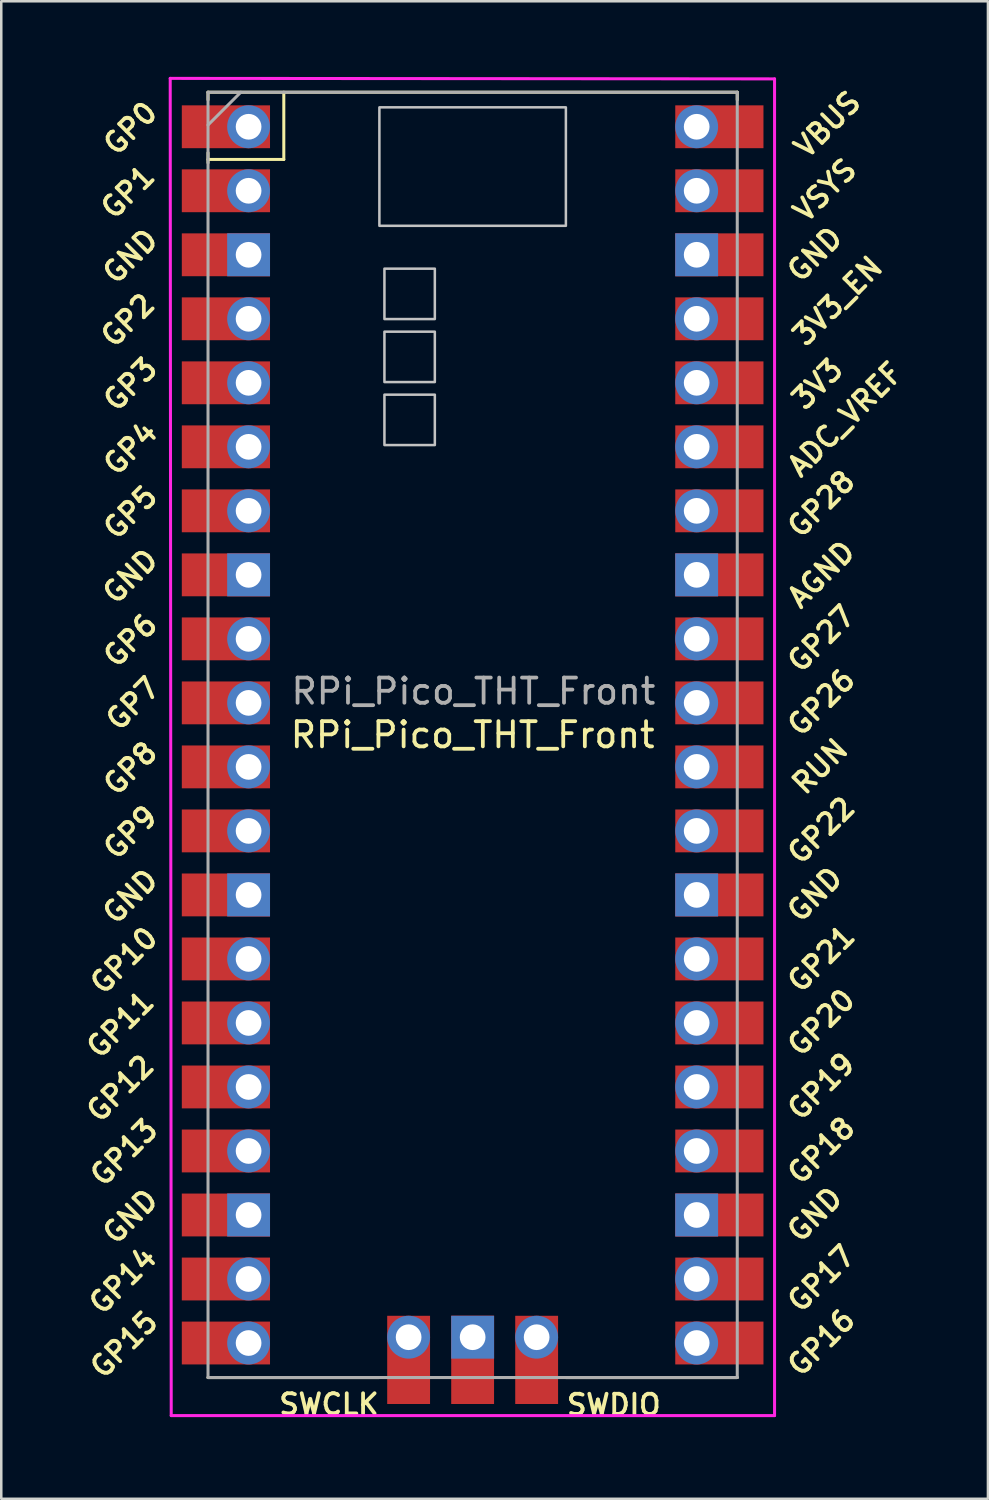
<source format=kicad_pcb>
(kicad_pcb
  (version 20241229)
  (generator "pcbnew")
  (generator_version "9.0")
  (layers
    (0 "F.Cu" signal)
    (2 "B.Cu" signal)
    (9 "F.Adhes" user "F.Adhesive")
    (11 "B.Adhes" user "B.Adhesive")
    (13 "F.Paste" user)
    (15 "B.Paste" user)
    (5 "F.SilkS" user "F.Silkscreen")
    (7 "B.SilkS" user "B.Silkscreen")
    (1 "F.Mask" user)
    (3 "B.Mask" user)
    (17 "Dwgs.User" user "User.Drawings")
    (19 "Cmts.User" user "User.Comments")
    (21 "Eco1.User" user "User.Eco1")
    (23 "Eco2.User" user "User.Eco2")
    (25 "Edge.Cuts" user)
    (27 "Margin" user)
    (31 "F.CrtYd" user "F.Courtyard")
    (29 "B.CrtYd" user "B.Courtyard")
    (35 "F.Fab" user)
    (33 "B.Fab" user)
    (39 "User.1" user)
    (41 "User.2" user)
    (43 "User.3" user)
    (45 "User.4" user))
  (footprint "RPi_Pico_THT_Front"
    (layer "F.Cu")
    (at 15.704 26.11)
    (property "Reference" "RPi_Pico_THT_Front" (at 0 0 0) (layer "F.SilkS") (effects (font (size 1 1) (thickness 0.15))))
    (attr through_hole)
    (fp_line (start -10.5 -25.5) (end -10.5 -25.2) (stroke (width 0.12) (type solid)) (layer "F.SilkS"))
    (fp_line (start -10.5 -25.5) (end 10.5 -25.5) (stroke (width 0.12) (type solid)) (layer "F.SilkS"))
    (fp_line (start -10.5 -23.1) (end -10.5 -22.7) (stroke (width 0.12) (type solid)) (layer "F.SilkS"))
    (fp_line (start -10.5 -22.833) (end -7.493 -22.833) (stroke (width 0.12) (type solid)) (layer "F.SilkS"))
    (fp_line (start -7.493 -22.833) (end -7.493 -25.5) (stroke (width 0.12) (type solid)) (layer "F.SilkS"))
    (fp_line (start -3.7 25.5) (end -10.5 25.5) (stroke (width 0.12) (type solid)) (layer "F.SilkS"))
    (fp_line (start 10.5 -25.5) (end 10.5 -25.2) (stroke (width 0.12) (type solid)) (layer "F.SilkS"))
    (fp_line (start 10.5 25.5) (end 3.7 25.5) (stroke (width 0.12) (type solid)) (layer "F.SilkS"))
    (fp_poly (pts (xy -1.5 -16.5) (xy -3.5 -16.5) (xy -3.5 -18.5) (xy -1.5 -18.5)) (stroke (width 0.1) (type solid)) (fill no) (layer "Dwgs.User"))
    (fp_poly (pts (xy -1.5 -14) (xy -3.5 -14) (xy -3.5 -16) (xy -1.5 -16)) (stroke (width 0.1) (type solid)) (fill no) (layer "Dwgs.User"))
    (fp_poly (pts (xy -1.5 -11.5) (xy -3.5 -11.5) (xy -3.5 -13.5) (xy -1.5 -13.5)) (stroke (width 0.1) (type solid)) (fill no) (layer "Dwgs.User"))
    (fp_poly (pts (xy 3.7 -20.2) (xy -3.7 -20.2) (xy -3.7 -24.9) (xy 3.7 -24.9)) (stroke (width 0.1) (type solid)) (fill no) (layer "Dwgs.User"))
    (fp_line (start -12 -26.05) (end 11.98 -26.03) (stroke (width 0.12) (type solid)) (layer "F.CrtYd"))
    (fp_line (start -11.96 27.01) (end -12 -26.05) (stroke (width 0.12) (type solid)) (layer "F.CrtYd"))
    (fp_line (start 11.98 -26.03) (end 11.98 27.01) (stroke (width 0.12) (type solid)) (layer "F.CrtYd"))
    (fp_line (start 11.98 27.01) (end -11.96 27.01) (stroke (width 0.12) (type solid)) (layer "F.CrtYd"))
    (fp_line (start -10.5 -25.5) (end 10.5 -25.5) (stroke (width 0.12) (type solid)) (layer "F.Fab"))
    (fp_line (start -10.5 -24.2) (end -9.2 -25.5) (stroke (width 0.12) (type solid)) (layer "F.Fab"))
    (fp_line (start -10.5 25.5) (end -10.5 -25.5) (stroke (width 0.12) (type solid)) (layer "F.Fab"))
    (fp_line (start 10.5 -25.5) (end 10.5 25.5) (stroke (width 0.12) (type solid)) (layer "F.Fab"))
    (fp_line (start 10.5 25.5) (end -10.5 25.5) (stroke (width 0.12) (type solid)) (layer "F.Fab"))
    (fp_text user "VSYS" (at 13.98 -21.61 45) (layer "F.SilkS") (effects (font (size 0.8 0.8) (thickness 0.15))))
    (fp_text user "GND" (at -13.58 -6.29 45) (layer "F.SilkS") (effects (font (size 0.8 0.8) (thickness 0.15))))
    (fp_text user "GND" (at -13.58 19.11 45) (layer "F.SilkS") (effects (font (size 0.8 0.8) (thickness 0.15))))
    (fp_text user "SWDIO" (at 5.6 26.58 0) (layer "F.SilkS") (effects (font (size 0.8 0.8) (thickness 0.15))))
    (fp_text user "GND" (at 13.58 19.03 45) (layer "F.SilkS") (effects (font (size 0.8 0.8) (thickness 0.15))))
    (fp_text user "GP1" (at -13.68 -21.54 45) (layer "F.SilkS") (effects (font (size 0.8 0.8) (thickness 0.15))))
    (fp_text user "GP16" (at 13.834 24.11 45) (layer "F.SilkS") (effects (font (size 0.8 0.8) (thickness 0.15))))
    (fp_text user "GND" (at 13.58 6.33 45) (layer "F.SilkS") (effects (font (size 0.8 0.8) (thickness 0.15))))
    (fp_text user "GP18" (at 13.834 16.49 45) (layer "F.SilkS") (effects (font (size 0.8 0.8) (thickness 0.15))))
    (fp_text user "GP15" (at -13.834 24.19 45) (layer "F.SilkS") (effects (font (size 0.8 0.8) (thickness 0.15))))
    (fp_text user "GP4" (at -13.58 -11.37 45) (layer "F.SilkS") (effects (font (size 0.8 0.8) (thickness 0.15))))
    (fp_text user "GP28" (at 13.834 -9.164 45) (layer "F.SilkS") (effects (font (size 0.8 0.8) (thickness 0.15))))
    (fp_text user "RUN" (at 13.78 1.25 45) (layer "F.SilkS") (effects (font (size 0.8 0.8) (thickness 0.15))))
    (fp_text user "GP11" (at -13.98 11.49 45) (layer "F.SilkS") (effects (font (size 0.8 0.8) (thickness 0.15))))
    (fp_text user "GP3" (at -13.58 -13.91 45) (layer "F.SilkS") (effects (font (size 0.8 0.8) (thickness 0.15))))
    (fp_text user "GP17" (at 13.834 21.57 45) (layer "F.SilkS") (effects (font (size 0.8 0.8) (thickness 0.15))))
    (fp_text user "GP20" (at 13.834 11.41 45) (layer "F.SilkS") (effects (font (size 0.8 0.8) (thickness 0.15))))
    (fp_text user "GP14" (at -13.88 21.65 45) (layer "F.SilkS") (effects (font (size 0.8 0.8) (thickness 0.15))))
    (fp_text user "GND" (at -13.58 -18.99 45) (layer "F.SilkS") (effects (font (size 0.8 0.8) (thickness 0.15))))
    (fp_text user "VBUS" (at 14.08 -24.22 45) (layer "F.SilkS") (effects (font (size 0.8 0.8) (thickness 0.15))))
    (fp_text user "GP27" (at 13.834 -3.82 45) (layer "F.SilkS") (effects (font (size 0.8 0.8) (thickness 0.15))))
    (fp_text user "3V3_EN" (at 14.48 -17.22 45) (layer "F.SilkS") (effects (font (size 0.8 0.8) (thickness 0.15))))
    (fp_text user "GP12" (at -13.98 14.03 45) (layer "F.SilkS") (effects (font (size 0.8 0.8) (thickness 0.15))))
    (fp_text user "GND" (at 13.58 -19.07 45) (layer "F.SilkS") (effects (font (size 0.8 0.8) (thickness 0.15))))
    (fp_text user "ADC_VREF" (at 14.78 -12.52 45) (layer "F.SilkS") (effects (font (size 0.8 0.8) (thickness 0.15))))
    (fp_text user "GP26" (at 13.834 -1.29 45) (layer "F.SilkS") (effects (font (size 0.8 0.8) (thickness 0.15))))
    (fp_text user "GP5" (at -13.58 -8.83 45) (layer "F.SilkS") (effects (font (size 0.8 0.8) (thickness 0.15))))
    (fp_text user "GND" (at -13.58 6.41 45) (layer "F.SilkS") (effects (font (size 0.8 0.8) (thickness 0.15))))
    (fp_text user "GP21" (at 13.834 8.88 45) (layer "F.SilkS") (effects (font (size 0.8 0.8) (thickness 0.15))))
    (fp_text user "3V3" (at 13.68 -13.92 45) (layer "F.SilkS") (effects (font (size 0.8 0.8) (thickness 0.15))))
    (fp_text user "GP22" (at 13.834 3.79 45) (layer "F.SilkS") (effects (font (size 0.8 0.8) (thickness 0.15))))
    (fp_text user "GP7" (at -13.48 -1.24 45) (layer "F.SilkS") (effects (font (size 0.8 0.8) (thickness 0.15))))
    (fp_text user "GP6" (at -13.58 -3.75 45) (layer "F.SilkS") (effects (font (size 0.8 0.8) (thickness 0.15))))
    (fp_text user "GP10" (at -13.834 8.95 45) (layer "F.SilkS") (effects (font (size 0.8 0.8) (thickness 0.15))))
    (fp_text user "SWCLK" (at -5.7 26.56 0) (layer "F.SilkS") (effects (font (size 0.8 0.8) (thickness 0.15))))
    (fp_text user "GP0" (at -13.58 -24.07 45) (layer "F.SilkS") (effects (font (size 0.8 0.8) (thickness 0.15))))
    (fp_text user "GP19" (at 13.834 13.95 45) (layer "F.SilkS") (effects (font (size 0.8 0.8) (thickness 0.15))))
    (fp_text user "GP8" (at -13.58 1.33 45) (layer "F.SilkS") (effects (font (size 0.8 0.8) (thickness 0.15))))
    (fp_text user "GP2" (at -13.68 -16.45 45) (layer "F.SilkS") (effects (font (size 0.8 0.8) (thickness 0.15))))
    (fp_text user "GP13" (at -13.834 16.57 45) (layer "F.SilkS") (effects (font (size 0.8 0.8) (thickness 0.15))))
    (fp_text user "GP9" (at -13.58 3.87 45) (layer "F.SilkS") (effects (font (size 0.8 0.8) (thickness 0.15))))
    (fp_text user "AGND" (at 13.834 -6.37 45) (layer "F.SilkS") (effects (font (size 0.8 0.8) (thickness 0.15))))
    (fp_text user "${REFERENCE}" (at 0.03 -1.73 180) (layer "F.Fab") (effects (font (size 1 1) (thickness 0.15))))
    (pad "1" thru_hole oval (at -8.89 -24.13) (size 1.7 1.7) (drill 1.02) (layers "*.Cu" "*.Mask"))
    (pad "1" smd rect (at -8.89 -24.13) (size 3.5 1.7) (drill (offset -0.9 0)) (layers "F.Cu" "F.Mask"))
    (pad "2" thru_hole oval (at -8.89 -21.59) (size 1.7 1.7) (drill 1.02) (layers "*.Cu" "*.Mask"))
    (pad "2" smd rect (at -8.89 -21.59) (size 3.5 1.7) (drill (offset -0.9 0)) (layers "F.Cu" "F.Mask"))
    (pad "3" thru_hole rect (at -8.89 -19.05) (size 1.7 1.7) (drill 1.02) (layers "*.Cu" "*.Mask"))
    (pad "3" smd rect (at -8.89 -19.05) (size 3.5 1.7) (drill (offset -0.9 0)) (layers "F.Cu" "F.Mask"))
    (pad "4" thru_hole oval (at -8.89 -16.51) (size 1.7 1.7) (drill 1.02) (layers "*.Cu" "*.Mask"))
    (pad "4" smd rect (at -8.89 -16.51) (size 3.5 1.7) (drill (offset -0.9 0)) (layers "F.Cu" "F.Mask"))
    (pad "5" thru_hole oval (at -8.89 -13.97) (size 1.7 1.7) (drill 1.02) (layers "*.Cu" "*.Mask"))
    (pad "5" smd rect (at -8.89 -13.97) (size 3.5 1.7) (drill (offset -0.9 0)) (layers "F.Cu" "F.Mask"))
    (pad "6" thru_hole oval (at -8.89 -11.43) (size 1.7 1.7) (drill 1.02) (layers "*.Cu" "*.Mask"))
    (pad "6" smd rect (at -8.89 -11.43) (size 3.5 1.7) (drill (offset -0.9 0)) (layers "F.Cu" "F.Mask"))
    (pad "7" thru_hole oval (at -8.89 -8.89) (size 1.7 1.7) (drill 1.02) (layers "*.Cu" "*.Mask"))
    (pad "7" smd rect (at -8.89 -8.89) (size 3.5 1.7) (drill (offset -0.9 0)) (layers "F.Cu" "F.Mask"))
    (pad "8" thru_hole rect (at -8.89 -6.35) (size 1.7 1.7) (drill 1.02) (layers "*.Cu" "*.Mask"))
    (pad "8" smd rect (at -8.89 -6.35) (size 3.5 1.7) (drill (offset -0.9 0)) (layers "F.Cu" "F.Mask"))
    (pad "9" thru_hole oval (at -8.89 -3.81) (size 1.7 1.7) (drill 1.02) (layers "*.Cu" "*.Mask"))
    (pad "9" smd rect (at -8.89 -3.81) (size 3.5 1.7) (drill (offset -0.9 0)) (layers "F.Cu" "F.Mask"))
    (pad "10" thru_hole oval (at -8.89 -1.27) (size 1.7 1.7) (drill 1.02) (layers "*.Cu" "*.Mask"))
    (pad "10" smd rect (at -8.89 -1.27) (size 3.5 1.7) (drill (offset -0.9 0)) (layers "F.Cu" "F.Mask"))
    (pad "11" thru_hole oval (at -8.89 1.27) (size 1.7 1.7) (drill 1.02) (layers "*.Cu" "*.Mask"))
    (pad "11" smd rect (at -8.89 1.27) (size 3.5 1.7) (drill (offset -0.9 0)) (layers "F.Cu" "F.Mask"))
    (pad "12" thru_hole oval (at -8.89 3.81) (size 1.7 1.7) (drill 1.02) (layers "*.Cu" "*.Mask"))
    (pad "12" smd rect (at -8.89 3.81) (size 3.5 1.7) (drill (offset -0.9 0)) (layers "F.Cu" "F.Mask"))
    (pad "13" thru_hole rect (at -8.89 6.35) (size 1.7 1.7) (drill 1.02) (layers "*.Cu" "*.Mask"))
    (pad "13" smd rect (at -8.89 6.35) (size 3.5 1.7) (drill (offset -0.9 0)) (layers "F.Cu" "F.Mask"))
    (pad "14" thru_hole oval (at -8.89 8.89) (size 1.7 1.7) (drill 1.02) (layers "*.Cu" "*.Mask"))
    (pad "14" smd rect (at -8.89 8.89) (size 3.5 1.7) (drill (offset -0.9 0)) (layers "F.Cu" "F.Mask"))
    (pad "15" thru_hole oval (at -8.89 11.43) (size 1.7 1.7) (drill 1.02) (layers "*.Cu" "*.Mask"))
    (pad "15" smd rect (at -8.89 11.43) (size 3.5 1.7) (drill (offset -0.9 0)) (layers "F.Cu" "F.Mask"))
    (pad "16" thru_hole oval (at -8.89 13.97) (size 1.7 1.7) (drill 1.02) (layers "*.Cu" "*.Mask"))
    (pad "16" smd rect (at -8.89 13.97) (size 3.5 1.7) (drill (offset -0.9 0)) (layers "F.Cu" "F.Mask"))
    (pad "17" thru_hole oval (at -8.89 16.51) (size 1.7 1.7) (drill 1.02) (layers "*.Cu" "*.Mask"))
    (pad "17" smd rect (at -8.89 16.51) (size 3.5 1.7) (drill (offset -0.9 0)) (layers "F.Cu" "F.Mask"))
    (pad "18" thru_hole rect (at -8.89 19.05) (size 1.7 1.7) (drill 1.02) (layers "*.Cu" "*.Mask"))
    (pad "18" smd rect (at -8.89 19.05) (size 3.5 1.7) (drill (offset -0.9 0)) (layers "F.Cu" "F.Mask"))
    (pad "19" thru_hole oval (at -8.89 21.59) (size 1.7 1.7) (drill 1.02) (layers "*.Cu" "*.Mask"))
    (pad "19" smd rect (at -8.89 21.59) (size 3.5 1.7) (drill (offset -0.9 0)) (layers "F.Cu" "F.Mask"))
    (pad "20" thru_hole oval (at -8.89 24.13) (size 1.7 1.7) (drill 1.02) (layers "*.Cu" "*.Mask"))
    (pad "20" smd rect (at -8.89 24.13) (size 3.5 1.7) (drill (offset -0.9 0)) (layers "F.Cu" "F.Mask"))
    (pad "21" thru_hole oval (at 8.89 24.13) (size 1.7 1.7) (drill 1.02) (layers "*.Cu" "*.Mask"))
    (pad "21" smd rect (at 8.89 24.13) (size 3.5 1.7) (drill (offset 0.9 0)) (layers "F.Cu" "F.Mask"))
    (pad "22" thru_hole oval (at 8.89 21.59) (size 1.7 1.7) (drill 1.02) (layers "*.Cu" "*.Mask"))
    (pad "22" smd rect (at 8.89 21.59) (size 3.5 1.7) (drill (offset 0.9 0)) (layers "F.Cu" "F.Mask"))
    (pad "23" thru_hole rect (at 8.89 19.05) (size 1.7 1.7) (drill 1.02) (layers "*.Cu" "*.Mask"))
    (pad "23" smd rect (at 8.89 19.05) (size 3.5 1.7) (drill (offset 0.9 0)) (layers "F.Cu" "F.Mask"))
    (pad "24" thru_hole oval (at 8.89 16.51) (size 1.7 1.7) (drill 1.02) (layers "*.Cu" "*.Mask"))
    (pad "24" smd rect (at 8.89 16.51) (size 3.5 1.7) (drill (offset 0.9 0)) (layers "F.Cu" "F.Mask"))
    (pad "25" thru_hole oval (at 8.89 13.97) (size 1.7 1.7) (drill 1.02) (layers "*.Cu" "*.Mask"))
    (pad "25" smd rect (at 8.89 13.97) (size 3.5 1.7) (drill (offset 0.9 0)) (layers "F.Cu" "F.Mask"))
    (pad "26" thru_hole oval (at 8.89 11.43) (size 1.7 1.7) (drill 1.02) (layers "*.Cu" "*.Mask"))
    (pad "26" smd rect (at 8.89 11.43) (size 3.5 1.7) (drill (offset 0.9 0)) (layers "F.Cu" "F.Mask"))
    (pad "27" thru_hole oval (at 8.89 8.89) (size 1.7 1.7) (drill 1.02) (layers "*.Cu" "*.Mask"))
    (pad "27" smd rect (at 8.89 8.89) (size 3.5 1.7) (drill (offset 0.9 0)) (layers "F.Cu" "F.Mask"))
    (pad "28" thru_hole rect (at 8.89 6.35) (size 1.7 1.7) (drill 1.02) (layers "*.Cu" "*.Mask"))
    (pad "28" smd rect (at 8.89 6.35) (size 3.5 1.7) (drill (offset 0.9 0)) (layers "F.Cu" "F.Mask"))
    (pad "29" thru_hole oval (at 8.89 3.81) (size 1.7 1.7) (drill 1.02) (layers "*.Cu" "*.Mask"))
    (pad "29" smd rect (at 8.89 3.81) (size 3.5 1.7) (drill (offset 0.9 0)) (layers "F.Cu" "F.Mask"))
    (pad "30" thru_hole oval (at 8.89 1.27) (size 1.7 1.7) (drill 1.02) (layers "*.Cu" "*.Mask"))
    (pad "30" smd rect (at 8.89 1.27) (size 3.5 1.7) (drill (offset 0.9 0)) (layers "F.Cu" "F.Mask"))
    (pad "31" thru_hole oval (at 8.89 -1.27) (size 1.7 1.7) (drill 1.02) (layers "*.Cu" "*.Mask"))
    (pad "31" smd rect (at 8.89 -1.27) (size 3.5 1.7) (drill (offset 0.9 0)) (layers "F.Cu" "F.Mask"))
    (pad "32" thru_hole oval (at 8.89 -3.81) (size 1.7 1.7) (drill 1.02) (layers "*.Cu" "*.Mask"))
    (pad "32" smd rect (at 8.89 -3.81) (size 3.5 1.7) (drill (offset 0.9 0)) (layers "F.Cu" "F.Mask"))
    (pad "33" thru_hole rect (at 8.89 -6.35) (size 1.7 1.7) (drill 1.02) (layers "*.Cu" "*.Mask"))
    (pad "33" smd rect (at 8.89 -6.35) (size 3.5 1.7) (drill (offset 0.9 0)) (layers "F.Cu" "F.Mask"))
    (pad "34" thru_hole oval (at 8.89 -8.89) (size 1.7 1.7) (drill 1.02) (layers "*.Cu" "*.Mask"))
    (pad "34" smd rect (at 8.89 -8.89) (size 3.5 1.7) (drill (offset 0.9 0)) (layers "F.Cu" "F.Mask"))
    (pad "35" thru_hole oval (at 8.89 -11.43) (size 1.7 1.7) (drill 1.02) (layers "*.Cu" "*.Mask"))
    (pad "35" smd rect (at 8.89 -11.43) (size 3.5 1.7) (drill (offset 0.9 0)) (layers "F.Cu" "F.Mask"))
    (pad "36" thru_hole oval (at 8.89 -13.97) (size 1.7 1.7) (drill 1.02) (layers "*.Cu" "*.Mask"))
    (pad "36" smd rect (at 8.89 -13.97) (size 3.5 1.7) (drill (offset 0.9 0)) (layers "F.Cu" "F.Mask"))
    (pad "37" thru_hole oval (at 8.89 -16.51) (size 1.7 1.7) (drill 1.02) (layers "*.Cu" "*.Mask"))
    (pad "37" smd rect (at 8.89 -16.51) (size 3.5 1.7) (drill (offset 0.9 0)) (layers "F.Cu" "F.Mask"))
    (pad "38" thru_hole rect (at 8.89 -19.05) (size 1.7 1.7) (drill 1.02) (layers "*.Cu" "*.Mask"))
    (pad "38" smd rect (at 8.89 -19.05) (size 3.5 1.7) (drill (offset 0.9 0)) (layers "F.Cu" "F.Mask"))
    (pad "39" thru_hole oval (at 8.89 -21.59) (size 1.7 1.7) (drill 1.02) (layers "*.Cu" "*.Mask"))
    (pad "39" smd rect (at 8.89 -21.59) (size 3.5 1.7) (drill (offset 0.9 0)) (layers "F.Cu" "F.Mask"))
    (pad "40" thru_hole oval (at 8.89 -24.13) (size 1.7 1.7) (drill 1.02) (layers "*.Cu" "*.Mask"))
    (pad "40" smd rect (at 8.89 -24.13) (size 3.5 1.7) (drill (offset 0.9 0)) (layers "F.Cu" "F.Mask"))
    (pad "41" thru_hole oval (at -2.54 23.9) (size 1.7 1.7) (drill 1.02) (layers "*.Cu" "*.Mask"))
    (pad "41" smd rect (at -2.54 23.9 90) (size 3.5 1.7) (drill (offset -0.9 0)) (layers "F.Cu" "F.Mask"))
    (pad "42" thru_hole rect (at 0 23.9) (size 1.7 1.7) (drill 1.02) (layers "*.Cu" "*.Mask"))
    (pad "42" smd rect (at 0 23.9 90) (size 3.5 1.7) (drill (offset -0.9 0)) (layers "F.Cu" "F.Mask"))
    (pad "43" thru_hole oval (at 2.54 23.9) (size 1.7 1.7) (drill 1.02) (layers "*.Cu" "*.Mask"))
    (pad "43" smd rect (at 2.54 23.9 90) (size 3.5 1.7) (drill (offset -0.9 0)) (layers "F.Cu" "F.Mask")))
  (gr_rect
    (start -3 -3)
    (end 36.151 56.421)
    (stroke (width 0.1) (type default))
    (fill no)
    (layer "Edge.Cuts")))
</source>
